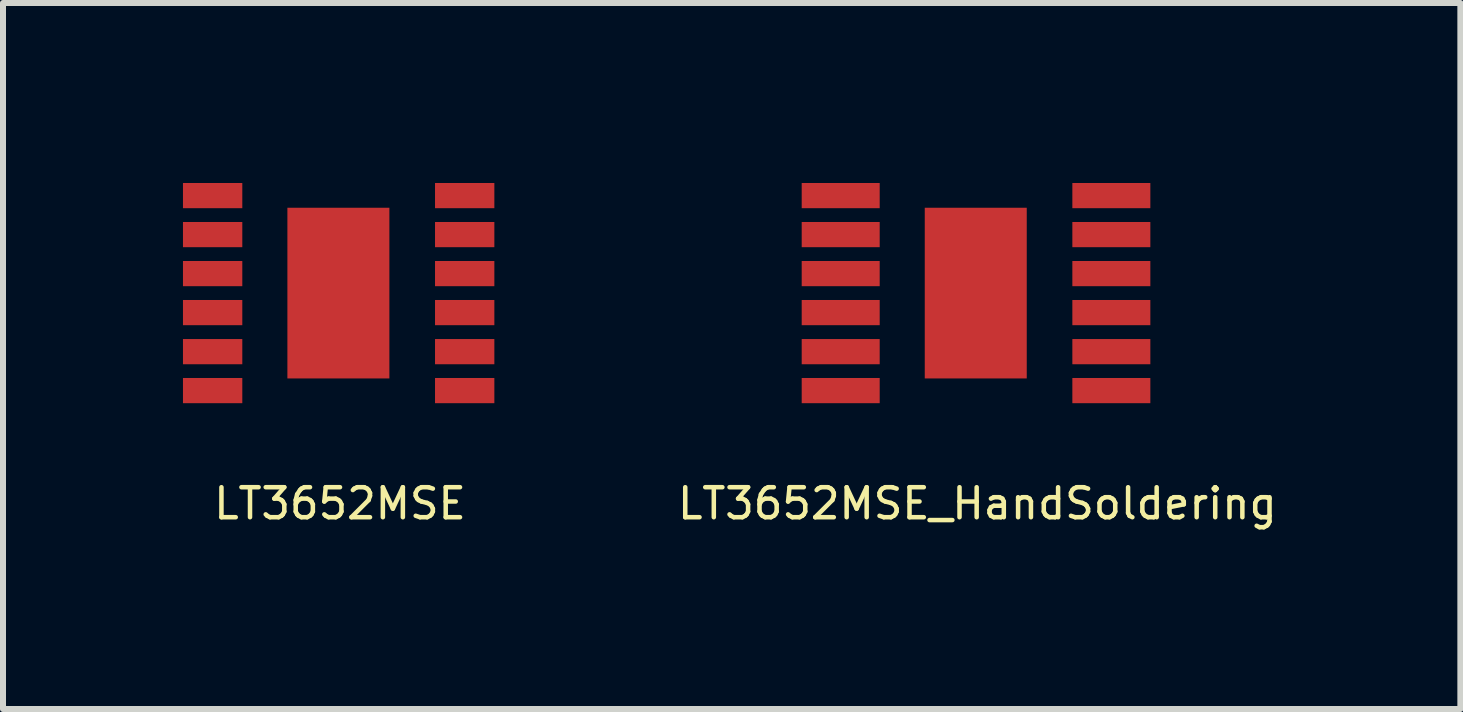
<source format=kicad_pcb>
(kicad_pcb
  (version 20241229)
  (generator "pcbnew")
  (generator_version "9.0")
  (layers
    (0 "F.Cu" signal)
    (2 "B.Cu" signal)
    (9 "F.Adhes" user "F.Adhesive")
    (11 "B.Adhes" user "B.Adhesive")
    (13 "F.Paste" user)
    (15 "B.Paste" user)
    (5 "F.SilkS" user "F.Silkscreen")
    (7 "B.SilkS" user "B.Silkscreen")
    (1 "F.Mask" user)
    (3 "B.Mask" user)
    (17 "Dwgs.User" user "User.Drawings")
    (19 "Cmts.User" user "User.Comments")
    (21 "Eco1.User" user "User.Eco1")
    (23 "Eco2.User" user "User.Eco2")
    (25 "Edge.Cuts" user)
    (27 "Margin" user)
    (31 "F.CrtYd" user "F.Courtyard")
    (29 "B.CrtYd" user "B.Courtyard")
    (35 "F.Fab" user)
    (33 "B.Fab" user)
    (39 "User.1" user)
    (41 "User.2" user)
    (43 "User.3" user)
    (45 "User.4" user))
  (footprint "LT3652MSE"
    (layer "F.Cu")
    (at 2.597 1.853)
    (property "Reference" "LT3652MSE" (at 0.02 3.49 0) (layer "F.SilkS") (effects (font (size 0.5 0.5) (thickness 0.075))))
    (attr through_hole)
    (pad "1" smd rect (at -2.103 -1.643 90) (size 0.42 0.989) (layers "F.Cu" "F.Mask" "F.Paste"))
    (pad "2" smd rect (at -2.103 -0.993 90) (size 0.42 0.989) (layers "F.Cu" "F.Mask" "F.Paste"))
    (pad "3" smd rect (at -2.103 -0.343 90) (size 0.42 0.989) (layers "F.Cu" "F.Mask" "F.Paste"))
    (pad "4" smd rect (at -2.103 0.307 90) (size 0.42 0.989) (layers "F.Cu" "F.Mask" "F.Paste"))
    (pad "5" smd rect (at -2.103 0.958 90) (size 0.42 0.989) (layers "F.Cu" "F.Mask" "F.Paste"))
    (pad "6" smd rect (at -2.103 1.607 90) (size 0.42 0.989) (layers "F.Cu" "F.Mask" "F.Paste"))
    (pad "7" smd rect (at 2.098 1.607 90) (size 0.42 0.989) (layers "F.Cu" "F.Mask" "F.Paste"))
    (pad "8" smd rect (at 2.098 0.958 90) (size 0.42 0.989) (layers "F.Cu" "F.Mask" "F.Paste"))
    (pad "9" smd rect (at 2.098 0.307 90) (size 0.42 0.989) (layers "F.Cu" "F.Mask" "F.Paste"))
    (pad "10" smd rect (at 2.098 -0.343 90) (size 0.42 0.989) (layers "F.Cu" "F.Mask" "F.Paste"))
    (pad "11" smd rect (at 2.098 -0.993 90) (size 0.42 0.989) (layers "F.Cu" "F.Mask" "F.Paste"))
    (pad "12" smd rect (at 2.098 -1.643 90) (size 0.42 0.989) (layers "F.Cu" "F.Mask" "F.Paste"))
    (pad "13" smd rect (at -0.007 -0.018 90) (size 2.845 1.7) (layers "F.Cu" "F.Mask" "F.Paste")))
  (footprint "LT3652MSE_HandSoldering"
    (layer "F.Cu")
    (at 13.22 1.853)
    (property "Reference" "LT3652MSE_HandSoldering" (at 0.02 3.49 0) (layer "F.SilkS") (effects (font (size 0.5 0.5) (thickness 0.075))))
    (attr through_hole)
    (pad "1" smd rect (at -2.258 -1.643 90) (size 0.42 1.3) (layers "F.Cu" "F.Mask" "F.Paste"))
    (pad "2" smd rect (at -2.258 -0.993 90) (size 0.42 1.3) (layers "F.Cu" "F.Mask" "F.Paste"))
    (pad "3" smd rect (at -2.258 -0.343 90) (size 0.42 1.3) (layers "F.Cu" "F.Mask" "F.Paste"))
    (pad "4" smd rect (at -2.258 0.307 90) (size 0.42 1.3) (layers "F.Cu" "F.Mask" "F.Paste"))
    (pad "5" smd rect (at -2.258 0.958 90) (size 0.42 1.3) (layers "F.Cu" "F.Mask" "F.Paste"))
    (pad "6" smd rect (at -2.258 1.607 90) (size 0.42 1.3) (layers "F.Cu" "F.Mask" "F.Paste"))
    (pad "7" smd rect (at 2.253 1.607 90) (size 0.42 1.3) (layers "F.Cu" "F.Mask" "F.Paste"))
    (pad "8" smd rect (at 2.253 0.958 90) (size 0.42 1.3) (layers "F.Cu" "F.Mask" "F.Paste"))
    (pad "9" smd rect (at 2.253 0.307 90) (size 0.42 1.3) (layers "F.Cu" "F.Mask" "F.Paste"))
    (pad "10" smd rect (at 2.253 -0.343 90) (size 0.42 1.3) (layers "F.Cu" "F.Mask" "F.Paste"))
    (pad "11" smd rect (at 2.253 -0.993 90) (size 0.42 1.3) (layers "F.Cu" "F.Mask" "F.Paste"))
    (pad "12" smd rect (at 2.253 -1.643 90) (size 0.42 1.3) (layers "F.Cu" "F.Mask" "F.Paste"))
    (pad "13" smd rect (at -0.007 -0.018 90) (size 2.845 1.7) (layers "F.Cu" "F.Mask" "F.Paste")))
  (gr_rect
    (start -3 -3)
    (end 21.29 8.767)
    (stroke (width 0.1) (type default))
    (fill no)
    (layer "Edge.Cuts")))
</source>
